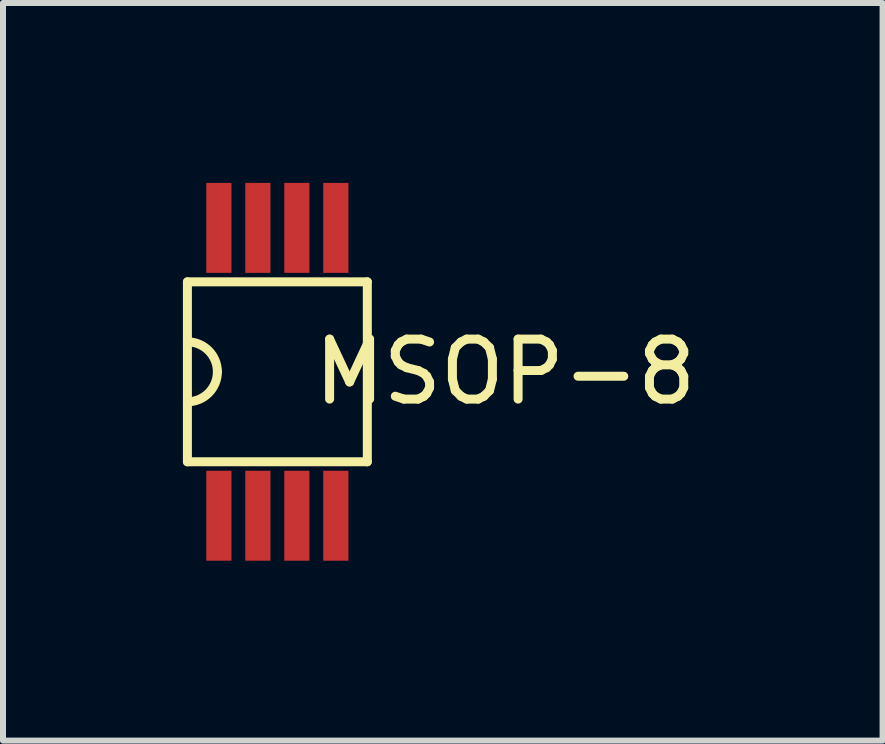
<source format=kicad_pcb>
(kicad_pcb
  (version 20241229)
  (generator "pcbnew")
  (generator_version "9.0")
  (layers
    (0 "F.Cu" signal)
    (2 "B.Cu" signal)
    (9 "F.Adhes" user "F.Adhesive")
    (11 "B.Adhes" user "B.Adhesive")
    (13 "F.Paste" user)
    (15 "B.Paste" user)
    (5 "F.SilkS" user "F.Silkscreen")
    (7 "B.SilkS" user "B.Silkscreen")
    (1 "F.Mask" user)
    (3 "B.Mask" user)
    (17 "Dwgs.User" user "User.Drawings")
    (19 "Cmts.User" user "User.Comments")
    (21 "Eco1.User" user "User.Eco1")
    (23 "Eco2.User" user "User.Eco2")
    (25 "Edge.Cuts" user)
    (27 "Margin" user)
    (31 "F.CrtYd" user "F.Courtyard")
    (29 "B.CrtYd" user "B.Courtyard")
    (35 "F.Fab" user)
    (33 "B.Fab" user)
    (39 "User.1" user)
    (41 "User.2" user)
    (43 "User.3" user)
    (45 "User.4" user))
  (footprint "MSOP-8"
    (layer "F.Cu")
    (at 1.575 3.15)
    (property "Reference" "MSOP-8" (at 3.8 0 0) (layer "F.SilkS") (effects (font (size 1 1) (thickness 0.15))))
    (attr through_hole)
    (fp_line (start -1.5 -1.5) (end 1.5 -1.5) (stroke (width 0.15) (type solid)) (layer "F.SilkS"))
    (fp_line (start -1.5 1.5) (end -1.5 -1.5) (stroke (width 0.15) (type solid)) (layer "F.SilkS"))
    (fp_line (start 1.5 -1.5) (end 1.5 1.5) (stroke (width 0.15) (type solid)) (layer "F.SilkS"))
    (fp_line (start 1.5 1.5) (end -1.5 1.5) (stroke (width 0.15) (type solid)) (layer "F.SilkS"))
    (fp_arc (start -1.5 -0.5) (mid -1.146447 -0.353553) (end -1 0) (stroke (width 0.15) (type solid)) (layer "F.SilkS"))
    (fp_arc (start -1 0) (mid -1.146447 0.353553) (end -1.5 0.5) (stroke (width 0.15) (type solid)) (layer "F.SilkS"))
    (pad "1" smd rect (at -0.975 2.4) (size 0.42 1.5) (layers "F.Cu" "F.Mask" "F.Paste"))
    (pad "2" smd rect (at -0.325 2.4) (size 0.42 1.5) (layers "F.Cu" "F.Mask" "F.Paste"))
    (pad "3" smd rect (at 0.325 2.4) (size 0.42 1.5) (layers "F.Cu" "F.Mask" "F.Paste"))
    (pad "4" smd rect (at 0.975 2.4) (size 0.42 1.5) (layers "F.Cu" "F.Mask" "F.Paste"))
    (pad "5" smd rect (at 0.975 -2.4) (size 0.42 1.5) (layers "F.Cu" "F.Mask" "F.Paste"))
    (pad "6" smd rect (at 0.325 -2.4) (size 0.42 1.5) (layers "F.Cu" "F.Mask" "F.Paste"))
    (pad "7" smd rect (at -0.325 -2.4) (size 0.42 1.5) (layers "F.Cu" "F.Mask" "F.Paste"))
    (pad "8" smd rect (at -0.975 -2.4) (size 0.42 1.5) (layers "F.Cu" "F.Mask" "F.Paste")))
  (gr_rect
    (start -3 -3)
    (end 11.667 9.3)
    (stroke (width 0.1) (type default))
    (fill no)
    (layer "Edge.Cuts")))
</source>
